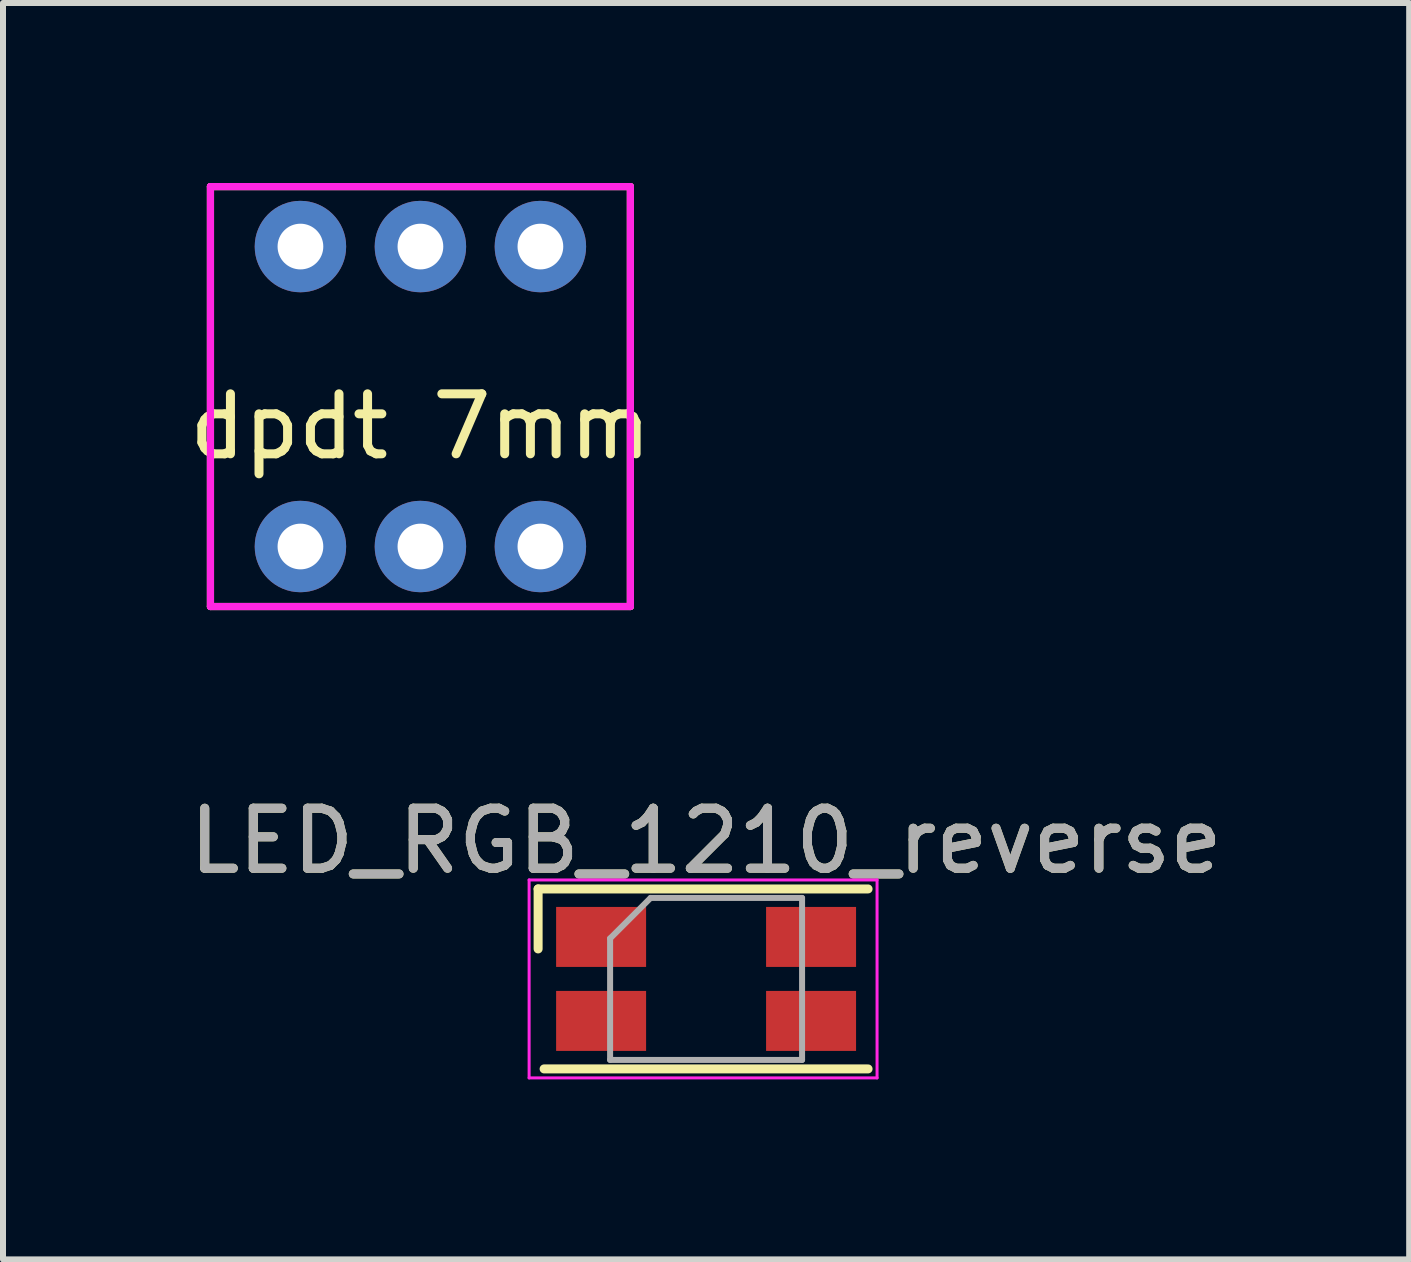
<source format=kicad_pcb>
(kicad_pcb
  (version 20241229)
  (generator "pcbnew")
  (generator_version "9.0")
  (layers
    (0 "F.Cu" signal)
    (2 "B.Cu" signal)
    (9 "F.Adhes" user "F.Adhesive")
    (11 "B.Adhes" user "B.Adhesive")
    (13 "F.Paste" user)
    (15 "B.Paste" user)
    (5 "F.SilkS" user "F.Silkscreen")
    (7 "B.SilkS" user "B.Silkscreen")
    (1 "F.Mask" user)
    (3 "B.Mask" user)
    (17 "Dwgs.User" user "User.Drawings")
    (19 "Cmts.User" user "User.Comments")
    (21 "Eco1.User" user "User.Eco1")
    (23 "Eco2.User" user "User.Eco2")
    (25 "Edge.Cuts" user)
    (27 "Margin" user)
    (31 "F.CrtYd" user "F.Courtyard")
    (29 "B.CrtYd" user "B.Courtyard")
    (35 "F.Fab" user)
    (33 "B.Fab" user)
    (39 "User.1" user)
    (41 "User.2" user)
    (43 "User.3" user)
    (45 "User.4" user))
  (footprint "dpdt 7mm"
    (layer "F.Cu")
    (at 3.958 3.56)
    (property "Reference" "dpdt 7mm" (at 0 0.5 0) (layer "F.SilkS") (effects (font (size 1 1) (thickness 0.15))))
    (attr through_hole)
    (fp_line (start -3.5 -3.5) (end 3.5 -3.5) (stroke (width 0.12) (type solid)) (layer "F.SilkS"))
    (fp_line (start -3.5 3.5) (end -3.5 -3.5) (stroke (width 0.12) (type solid)) (layer "F.SilkS"))
    (fp_line (start 3.5 -3.5) (end 3.5 3.5) (stroke (width 0.12) (type solid)) (layer "F.SilkS"))
    (fp_line (start 3.5 3.5) (end -3.5 3.5) (stroke (width 0.12) (type solid)) (layer "F.SilkS"))
    (fp_line (start -3.5 -3.5) (end 3.5 -3.5) (stroke (width 0.12) (type solid)) (layer "F.CrtYd"))
    (fp_line (start -3.5 3.5) (end -3.5 -3.5) (stroke (width 0.12) (type solid)) (layer "F.CrtYd"))
    (fp_line (start 3.5 -3.5) (end 3.5 3.5) (stroke (width 0.12) (type solid)) (layer "F.CrtYd"))
    (fp_line (start 3.5 3.5) (end -3.5 3.5) (stroke (width 0.12) (type solid)) (layer "F.CrtYd"))
    (pad "1" thru_hole circle (at -2 -2.5) (size 1.524 1.524) (drill 0.762) (layers "*.Cu" "*.Mask"))
    (pad "2" thru_hole circle (at 0 -2.5) (size 1.524 1.524) (drill 0.762) (layers "*.Cu" "*.Mask"))
    (pad "3" thru_hole circle (at 2 -2.5) (size 1.524 1.524) (drill 0.762) (layers "*.Cu" "*.Mask"))
    (pad "4" thru_hole circle (at -2 2.5) (size 1.524 1.524) (drill 0.762) (layers "*.Cu" "*.Mask"))
    (pad "5" thru_hole circle (at 0 2.5) (size 1.524 1.524) (drill 0.762) (layers "*.Cu" "*.Mask"))
    (pad "6" thru_hole circle (at 2 2.5) (size 1.524 1.524) (drill 0.762) (layers "*.Cu" "*.Mask")))
  (footprint "LED_RGB_1210_reverse"
    (layer "F.Cu")
    (at 8.72 13.268)
    (property "Reference" "LED_RGB_1210_reverse" (at 0 -2.3 180) (layer "F.SilkS") (effects (font (size 1 1) (thickness 0.15))))
    (attr smd)
    (fp_line (start -2.8 -0.5) (end -2.8 -1.5) (stroke (width 0.15) (type solid)) (layer "F.SilkS"))
    (fp_line (start 2.7 -1.5) (end -2.8 -1.5) (stroke (width 0.15) (type solid)) (layer "F.SilkS"))
    (fp_line (start 2.7 1.5) (end -2.7 1.5) (stroke (width 0.15) (type solid)) (layer "F.SilkS"))
    (fp_line (start -2.95 -1.65) (end -2.95 1.65) (stroke (width 0.05) (type solid)) (layer "F.CrtYd"))
    (fp_line (start -2.95 1.65) (end 2.85 1.65) (stroke (width 0.05) (type solid)) (layer "F.CrtYd"))
    (fp_line (start 2.85 -1.65) (end -2.95 -1.65) (stroke (width 0.05) (type solid)) (layer "F.CrtYd"))
    (fp_line (start 2.85 1.65) (end 2.85 -1.65) (stroke (width 0.05) (type solid)) (layer "F.CrtYd"))
    (fp_line (start -1.6 -0.675) (end -0.925 -1.35) (stroke (width 0.1) (type solid)) (layer "F.Fab"))
    (fp_line (start -1.6 1.35) (end -1.6 -0.675) (stroke (width 0.1) (type solid)) (layer "F.Fab"))
    (fp_line (start -0.925 -1.35) (end 1.6 -1.35) (stroke (width 0.1) (type solid)) (layer "F.Fab"))
    (fp_line (start 1.6 -1.35) (end 1.6 1.35) (stroke (width 0.1) (type solid)) (layer "F.Fab"))
    (fp_line (start 1.6 1.35) (end -1.6 1.35) (stroke (width 0.1) (type solid)) (layer "F.Fab"))
    (fp_text user "${REFERENCE}" (at 0 -2.3 180) (layer "F.Fab") (effects (font (size 1 1) (thickness 0.15))))
    (pad "1" smd rect (at -1.75 0.7 180) (size 1.5 1) (layers "F.Cu" "F.Mask" "F.Paste"))
    (pad "2" smd rect (at -1.75 -0.7 180) (size 1.5 1) (layers "F.Cu" "F.Mask" "F.Paste"))
    (pad "3" smd rect (at 1.75 -0.7 180) (size 1.5 1) (layers "F.Cu" "F.Mask" "F.Paste"))
    (pad "4" smd rect (at 1.75 0.7 180) (size 1.5 1) (layers "F.Cu" "F.Mask" "F.Paste")))
  (gr_rect
    (start -3 -3)
    (end 20.44 17.943)
    (stroke (width 0.1) (type default))
    (fill no)
    (layer "Edge.Cuts")))
</source>
